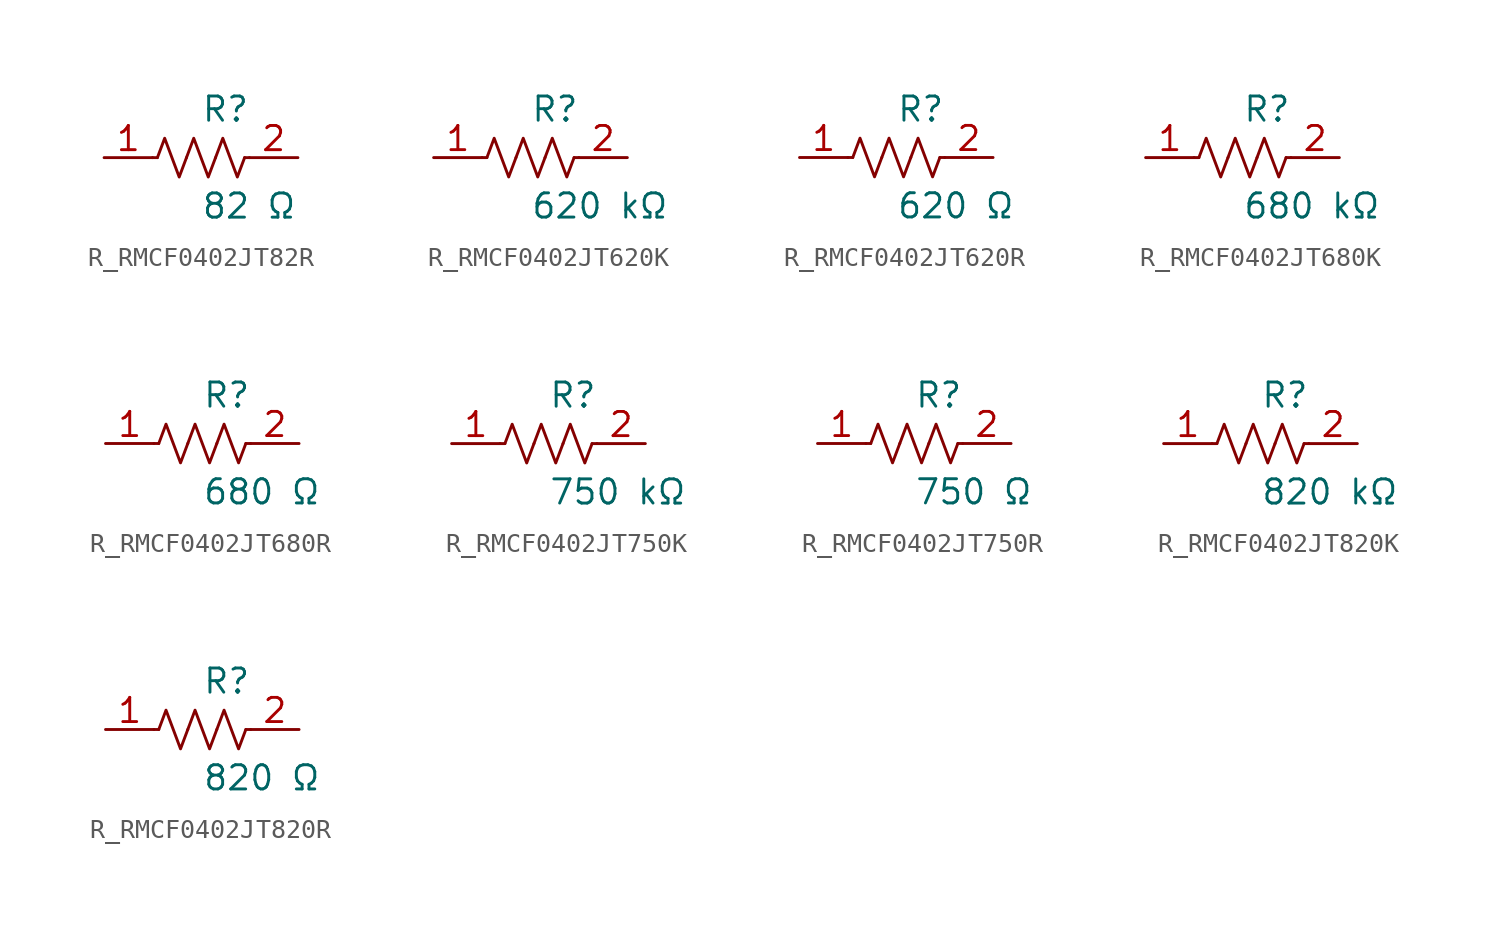
<source format=kicad_sym>
(kicad_symbol_lib
  (version 20231120)
  (generator kicad_symbol_editor)
  (generator_version 8.0)
  (symbol "R_RMCF0402JT82R"
    (pin_names
      (offset 0.254))
    (property "Reference" "R"
      (at 0 2.54 0)
      (effects (font (size 1.27 1.27)) (justify left)))
    (property "Value" "82 Ω"
      (at 0 -2.54 0)
      (effects (font (size 1.27 1.27)) (justify left)))
    (symbol "R_RMCF0402JT82R_0_1"
      (polyline (pts (xy 2.286 0) (xy 2.54 0)) (stroke (width 0) (type default)) (fill (type none)))
      (polyline (pts (xy -2.286 0) (xy -2.54 0)) (stroke (width 0) (type default)) (fill (type none)))
      (polyline (pts (xy 0.762 0) (xy 1.143 1.016) (xy 1.524 0) (xy 1.905 -1.016) (xy 2.286 0)) (stroke (width 0) (type default)) (fill (type none)))
      (polyline (pts (xy -0.762 0) (xy -0.381 1.016) (xy 0 0) (xy 0.381 -1.016) (xy 0.762 0)) (stroke (width 0) (type default)) (fill (type none)))
      (polyline (pts (xy -2.286 0) (xy -1.905 1.016) (xy -1.524 0) (xy -1.143 -1.016) (xy -0.762 0)) (stroke (width 0) (type default)) (fill (type none))))
    (pin unspecified line
      (at -5.08 0 0)
      (length 2.54)
      (name "" (effects (font (size 1.27 1.27))))
      (number "1" (effects (font (size 1.27 1.27)))))
    (pin unspecified line
      (at 5.08 0 180)
      (length 2.54)
      (name "" (effects (font (size 1.27 1.27))))
      (number "2" (effects (font (size 1.27 1.27))))))
  (symbol "R_RMCF0402JT620K"
    (pin_names
      (offset 0.254))
    (property "Reference" "R"
      (at 0 2.54 0)
      (effects (font (size 1.27 1.27)) (justify left)))
    (property "Value" "620 kΩ"
      (at 0 -2.54 0)
      (effects (font (size 1.27 1.27)) (justify left)))
    (symbol "R_RMCF0402JT620K_0_1"
      (polyline (pts (xy 2.286 0) (xy 2.54 0)) (stroke (width 0) (type default)) (fill (type none)))
      (polyline (pts (xy -2.286 0) (xy -2.54 0)) (stroke (width 0) (type default)) (fill (type none)))
      (polyline (pts (xy 0.762 0) (xy 1.143 1.016) (xy 1.524 0) (xy 1.905 -1.016) (xy 2.286 0)) (stroke (width 0) (type default)) (fill (type none)))
      (polyline (pts (xy -0.762 0) (xy -0.381 1.016) (xy 0 0) (xy 0.381 -1.016) (xy 0.762 0)) (stroke (width 0) (type default)) (fill (type none)))
      (polyline (pts (xy -2.286 0) (xy -1.905 1.016) (xy -1.524 0) (xy -1.143 -1.016) (xy -0.762 0)) (stroke (width 0) (type default)) (fill (type none))))
    (pin unspecified line
      (at -5.08 0 0)
      (length 2.54)
      (name "" (effects (font (size 1.27 1.27))))
      (number "1" (effects (font (size 1.27 1.27)))))
    (pin unspecified line
      (at 5.08 0 180)
      (length 2.54)
      (name "" (effects (font (size 1.27 1.27))))
      (number "2" (effects (font (size 1.27 1.27))))))
  (symbol "R_RMCF0402JT620R"
    (pin_names
      (offset 0.254))
    (property "Reference" "R"
      (at 0 2.54 0)
      (effects (font (size 1.27 1.27)) (justify left)))
    (property "Value" "620 Ω"
      (at 0 -2.54 0)
      (effects (font (size 1.27 1.27)) (justify left)))
    (symbol "R_RMCF0402JT620R_0_1"
      (polyline (pts (xy 2.286 0) (xy 2.54 0)) (stroke (width 0) (type default)) (fill (type none)))
      (polyline (pts (xy -2.286 0) (xy -2.54 0)) (stroke (width 0) (type default)) (fill (type none)))
      (polyline (pts (xy 0.762 0) (xy 1.143 1.016) (xy 1.524 0) (xy 1.905 -1.016) (xy 2.286 0)) (stroke (width 0) (type default)) (fill (type none)))
      (polyline (pts (xy -0.762 0) (xy -0.381 1.016) (xy 0 0) (xy 0.381 -1.016) (xy 0.762 0)) (stroke (width 0) (type default)) (fill (type none)))
      (polyline (pts (xy -2.286 0) (xy -1.905 1.016) (xy -1.524 0) (xy -1.143 -1.016) (xy -0.762 0)) (stroke (width 0) (type default)) (fill (type none))))
    (pin unspecified line
      (at -5.08 0 0)
      (length 2.54)
      (name "" (effects (font (size 1.27 1.27))))
      (number "1" (effects (font (size 1.27 1.27)))))
    (pin unspecified line
      (at 5.08 0 180)
      (length 2.54)
      (name "" (effects (font (size 1.27 1.27))))
      (number "2" (effects (font (size 1.27 1.27))))))
  (symbol "R_RMCF0402JT680K"
    (pin_names
      (offset 0.254))
    (property "Reference" "R"
      (at 0 2.54 0)
      (effects (font (size 1.27 1.27)) (justify left)))
    (property "Value" "680 kΩ"
      (at 0 -2.54 0)
      (effects (font (size 1.27 1.27)) (justify left)))
    (symbol "R_RMCF0402JT680K_0_1"
      (polyline (pts (xy 2.286 0) (xy 2.54 0)) (stroke (width 0) (type default)) (fill (type none)))
      (polyline (pts (xy -2.286 0) (xy -2.54 0)) (stroke (width 0) (type default)) (fill (type none)))
      (polyline (pts (xy 0.762 0) (xy 1.143 1.016) (xy 1.524 0) (xy 1.905 -1.016) (xy 2.286 0)) (stroke (width 0) (type default)) (fill (type none)))
      (polyline (pts (xy -0.762 0) (xy -0.381 1.016) (xy 0 0) (xy 0.381 -1.016) (xy 0.762 0)) (stroke (width 0) (type default)) (fill (type none)))
      (polyline (pts (xy -2.286 0) (xy -1.905 1.016) (xy -1.524 0) (xy -1.143 -1.016) (xy -0.762 0)) (stroke (width 0) (type default)) (fill (type none))))
    (pin unspecified line
      (at -5.08 0 0)
      (length 2.54)
      (name "" (effects (font (size 1.27 1.27))))
      (number "1" (effects (font (size 1.27 1.27)))))
    (pin unspecified line
      (at 5.08 0 180)
      (length 2.54)
      (name "" (effects (font (size 1.27 1.27))))
      (number "2" (effects (font (size 1.27 1.27))))))
  (symbol "R_RMCF0402JT680R"
    (pin_names
      (offset 0.254))
    (property "Reference" "R"
      (at 0 2.54 0)
      (effects (font (size 1.27 1.27)) (justify left)))
    (property "Value" "680 Ω"
      (at 0 -2.54 0)
      (effects (font (size 1.27 1.27)) (justify left)))
    (symbol "R_RMCF0402JT680R_0_1"
      (polyline (pts (xy 2.286 0) (xy 2.54 0)) (stroke (width 0) (type default)) (fill (type none)))
      (polyline (pts (xy -2.286 0) (xy -2.54 0)) (stroke (width 0) (type default)) (fill (type none)))
      (polyline (pts (xy 0.762 0) (xy 1.143 1.016) (xy 1.524 0) (xy 1.905 -1.016) (xy 2.286 0)) (stroke (width 0) (type default)) (fill (type none)))
      (polyline (pts (xy -0.762 0) (xy -0.381 1.016) (xy 0 0) (xy 0.381 -1.016) (xy 0.762 0)) (stroke (width 0) (type default)) (fill (type none)))
      (polyline (pts (xy -2.286 0) (xy -1.905 1.016) (xy -1.524 0) (xy -1.143 -1.016) (xy -0.762 0)) (stroke (width 0) (type default)) (fill (type none))))
    (pin unspecified line
      (at -5.08 0 0)
      (length 2.54)
      (name "" (effects (font (size 1.27 1.27))))
      (number "1" (effects (font (size 1.27 1.27)))))
    (pin unspecified line
      (at 5.08 0 180)
      (length 2.54)
      (name "" (effects (font (size 1.27 1.27))))
      (number "2" (effects (font (size 1.27 1.27))))))
  (symbol "R_RMCF0402JT750K"
    (pin_names
      (offset 0.254))
    (property "Reference" "R"
      (at 0 2.54 0)
      (effects (font (size 1.27 1.27)) (justify left)))
    (property "Value" "750 kΩ"
      (at 0 -2.54 0)
      (effects (font (size 1.27 1.27)) (justify left)))
    (symbol "R_RMCF0402JT750K_0_1"
      (polyline (pts (xy 2.286 0) (xy 2.54 0)) (stroke (width 0) (type default)) (fill (type none)))
      (polyline (pts (xy -2.286 0) (xy -2.54 0)) (stroke (width 0) (type default)) (fill (type none)))
      (polyline (pts (xy 0.762 0) (xy 1.143 1.016) (xy 1.524 0) (xy 1.905 -1.016) (xy 2.286 0)) (stroke (width 0) (type default)) (fill (type none)))
      (polyline (pts (xy -0.762 0) (xy -0.381 1.016) (xy 0 0) (xy 0.381 -1.016) (xy 0.762 0)) (stroke (width 0) (type default)) (fill (type none)))
      (polyline (pts (xy -2.286 0) (xy -1.905 1.016) (xy -1.524 0) (xy -1.143 -1.016) (xy -0.762 0)) (stroke (width 0) (type default)) (fill (type none))))
    (pin unspecified line
      (at -5.08 0 0)
      (length 2.54)
      (name "" (effects (font (size 1.27 1.27))))
      (number "1" (effects (font (size 1.27 1.27)))))
    (pin unspecified line
      (at 5.08 0 180)
      (length 2.54)
      (name "" (effects (font (size 1.27 1.27))))
      (number "2" (effects (font (size 1.27 1.27))))))
  (symbol "R_RMCF0402JT750R"
    (pin_names
      (offset 0.254))
    (property "Reference" "R"
      (at 0 2.54 0)
      (effects (font (size 1.27 1.27)) (justify left)))
    (property "Value" "750 Ω"
      (at 0 -2.54 0)
      (effects (font (size 1.27 1.27)) (justify left)))
    (symbol "R_RMCF0402JT750R_0_1"
      (polyline (pts (xy 2.286 0) (xy 2.54 0)) (stroke (width 0) (type default)) (fill (type none)))
      (polyline (pts (xy -2.286 0) (xy -2.54 0)) (stroke (width 0) (type default)) (fill (type none)))
      (polyline (pts (xy 0.762 0) (xy 1.143 1.016) (xy 1.524 0) (xy 1.905 -1.016) (xy 2.286 0)) (stroke (width 0) (type default)) (fill (type none)))
      (polyline (pts (xy -0.762 0) (xy -0.381 1.016) (xy 0 0) (xy 0.381 -1.016) (xy 0.762 0)) (stroke (width 0) (type default)) (fill (type none)))
      (polyline (pts (xy -2.286 0) (xy -1.905 1.016) (xy -1.524 0) (xy -1.143 -1.016) (xy -0.762 0)) (stroke (width 0) (type default)) (fill (type none))))
    (pin unspecified line
      (at -5.08 0 0)
      (length 2.54)
      (name "" (effects (font (size 1.27 1.27))))
      (number "1" (effects (font (size 1.27 1.27)))))
    (pin unspecified line
      (at 5.08 0 180)
      (length 2.54)
      (name "" (effects (font (size 1.27 1.27))))
      (number "2" (effects (font (size 1.27 1.27))))))
  (symbol "R_RMCF0402JT820K"
    (pin_names
      (offset 0.254))
    (property "Reference" "R"
      (at 0 2.54 0)
      (effects (font (size 1.27 1.27)) (justify left)))
    (property "Value" "820 kΩ"
      (at 0 -2.54 0)
      (effects (font (size 1.27 1.27)) (justify left)))
    (symbol "R_RMCF0402JT820K_0_1"
      (polyline (pts (xy 2.286 0) (xy 2.54 0)) (stroke (width 0) (type default)) (fill (type none)))
      (polyline (pts (xy -2.286 0) (xy -2.54 0)) (stroke (width 0) (type default)) (fill (type none)))
      (polyline (pts (xy 0.762 0) (xy 1.143 1.016) (xy 1.524 0) (xy 1.905 -1.016) (xy 2.286 0)) (stroke (width 0) (type default)) (fill (type none)))
      (polyline (pts (xy -0.762 0) (xy -0.381 1.016) (xy 0 0) (xy 0.381 -1.016) (xy 0.762 0)) (stroke (width 0) (type default)) (fill (type none)))
      (polyline (pts (xy -2.286 0) (xy -1.905 1.016) (xy -1.524 0) (xy -1.143 -1.016) (xy -0.762 0)) (stroke (width 0) (type default)) (fill (type none))))
    (pin unspecified line
      (at -5.08 0 0)
      (length 2.54)
      (name "" (effects (font (size 1.27 1.27))))
      (number "1" (effects (font (size 1.27 1.27)))))
    (pin unspecified line
      (at 5.08 0 180)
      (length 2.54)
      (name "" (effects (font (size 1.27 1.27))))
      (number "2" (effects (font (size 1.27 1.27))))))
  (symbol "R_RMCF0402JT820R"
    (pin_names
      (offset 0.254))
    (property "Reference" "R"
      (at 0 2.54 0)
      (effects (font (size 1.27 1.27)) (justify left)))
    (property "Value" "820 Ω"
      (at 0 -2.54 0)
      (effects (font (size 1.27 1.27)) (justify left)))
    (symbol "R_RMCF0402JT820R_0_1"
      (polyline (pts (xy 2.286 0) (xy 2.54 0)) (stroke (width 0) (type default)) (fill (type none)))
      (polyline (pts (xy -2.286 0) (xy -2.54 0)) (stroke (width 0) (type default)) (fill (type none)))
      (polyline (pts (xy 0.762 0) (xy 1.143 1.016) (xy 1.524 0) (xy 1.905 -1.016) (xy 2.286 0)) (stroke (width 0) (type default)) (fill (type none)))
      (polyline (pts (xy -0.762 0) (xy -0.381 1.016) (xy 0 0) (xy 0.381 -1.016) (xy 0.762 0)) (stroke (width 0) (type default)) (fill (type none)))
      (polyline (pts (xy -2.286 0) (xy -1.905 1.016) (xy -1.524 0) (xy -1.143 -1.016) (xy -0.762 0)) (stroke (width 0) (type default)) (fill (type none))))
    (pin unspecified line
      (at -5.08 0 0)
      (length 2.54)
      (name "" (effects (font (size 1.27 1.27))))
      (number "1" (effects (font (size 1.27 1.27)))))
    (pin unspecified line
      (at 5.08 0 180)
      (length 2.54)
      (name "" (effects (font (size 1.27 1.27))))
      (number "2" (effects (font (size 1.27 1.27)))))))
</source>
